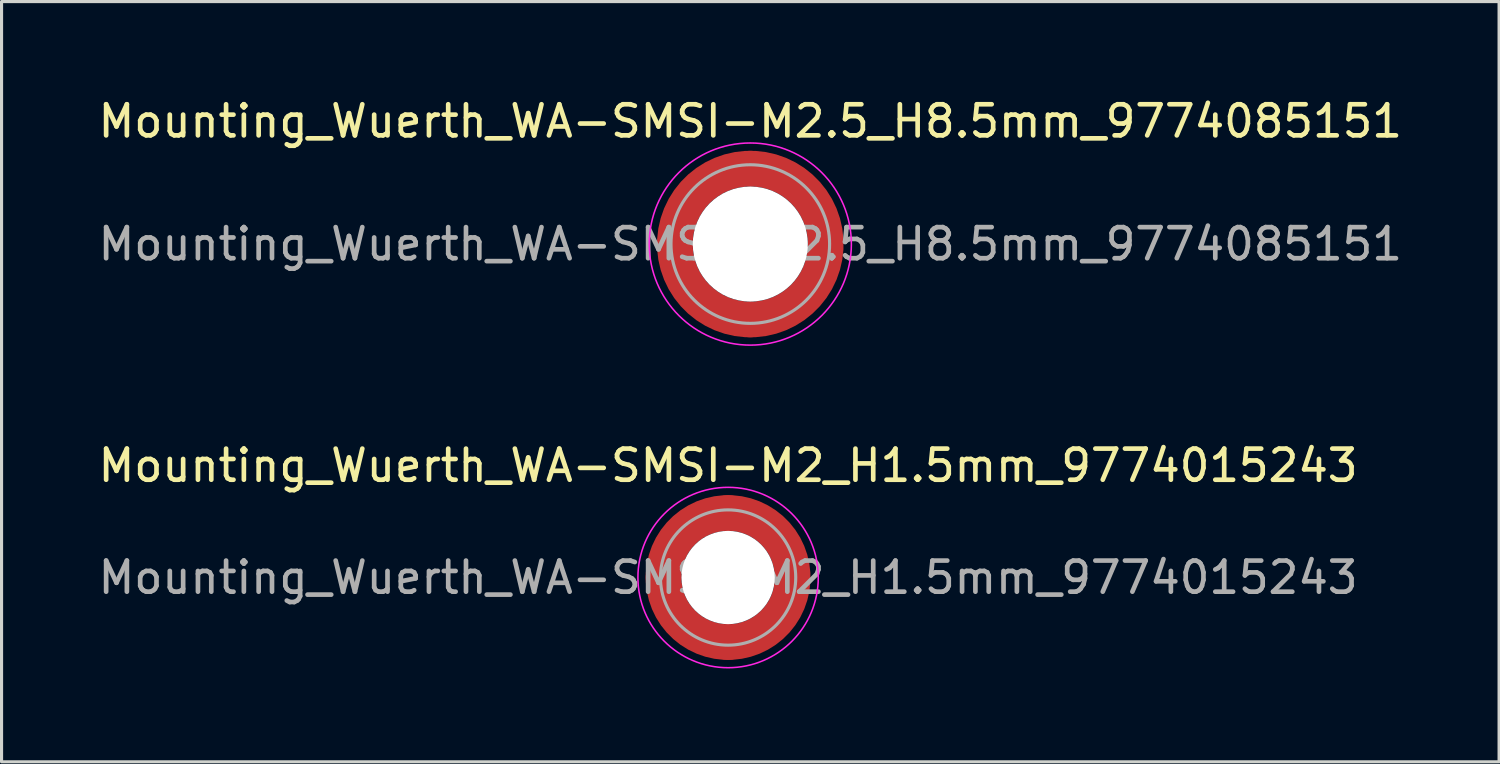
<source format=kicad_pcb>
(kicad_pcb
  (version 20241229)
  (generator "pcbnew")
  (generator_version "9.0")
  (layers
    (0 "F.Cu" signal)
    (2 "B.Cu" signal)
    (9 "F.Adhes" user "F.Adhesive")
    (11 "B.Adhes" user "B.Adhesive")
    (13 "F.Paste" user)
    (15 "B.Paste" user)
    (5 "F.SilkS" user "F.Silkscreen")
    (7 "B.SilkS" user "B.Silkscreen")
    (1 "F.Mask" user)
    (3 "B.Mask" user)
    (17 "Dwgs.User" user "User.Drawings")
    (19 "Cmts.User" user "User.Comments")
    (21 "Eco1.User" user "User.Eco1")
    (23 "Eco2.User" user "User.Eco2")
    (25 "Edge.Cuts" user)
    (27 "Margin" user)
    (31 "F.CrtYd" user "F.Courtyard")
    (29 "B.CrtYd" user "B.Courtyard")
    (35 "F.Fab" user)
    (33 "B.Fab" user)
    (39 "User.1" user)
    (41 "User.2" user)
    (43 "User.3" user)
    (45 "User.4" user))
  (footprint "Mounting_Wuerth_WA-SMSI-M2_H1.5mm_9774015243"
    (layer "F.Cu")
    (at 20.363 15.521)
    (property "Reference" "Mounting_Wuerth_WA-SMSI-M2_H1.5mm_9774015243" (at 0 -3.6 0) (layer "F.SilkS") (effects (font (size 1 1) (thickness 0.15))))
    (attr smd)
    (fp_circle (center 0 0) (end 2.9 0) (stroke (width 0.05) (type solid)) (fill no) (layer "F.CrtYd"))
    (fp_circle (center 0 0) (end 2.175 0) (stroke (width 0.1) (type solid)) (fill no) (layer "F.Fab"))
    (fp_text user "${REFERENCE}" (at 0 0 0) (layer "F.Fab") (effects (font (size 1 1) (thickness 0.15))))
    (pad "" smd custom (at -1.453 -1.453) (size 1.01 1.01) (layers "F.Paste") (options (anchor circle)) (primitives (gr_arc (start -0.147677 1.053104) (mid 0.286378 0.286378) (end 1.053104 -0.147677) (width 0.2)) (gr_arc (start -0.240295 1.053104) (mid 0.222738 0.222738) (end 1.053104 -0.240295) (width 0.2)) (gr_arc (start -0.332645 1.053104) (mid 0.159099 0.159099) (end 1.053104 -0.332645) (width 0.2)) (gr_arc (start -0.424767 1.053104) (mid 0.095459 0.095459) (end 1.053104 -0.424767) (width 0.2)) (gr_arc (start -0.516693 1.053104) (mid 0.031819 0.031819) (end 1.053104 -0.516693) (width 0.2)) (gr_arc (start -0.608448 1.053104) (mid -0.03182 -0.03182) (end 1.053104 -0.608448) (width 0.2)) (gr_arc (start -0.700056 1.053104) (mid -0.09546 -0.09546) (end 1.053104 -0.700056) (width 0.2)) (gr_arc (start -0.791534 1.053104) (mid -0.159099 -0.159099) (end 1.053104 -0.791534) (width 0.2)) (gr_arc (start -0.882896 1.053104) (mid -0.222738 -0.222738) (end 1.053104 -0.882896) (width 0.2)) (gr_arc (start -0.974157 1.053104) (mid -0.286378 -0.286378) (end 1.053104 -0.974157) (width 0.2)) (gr_line (start 1.053 -0.148) (end 1.053 -0.974) (width 0.2)) (gr_line (start -0.148 1.053) (end -0.974 1.053) (width 0.2))))
    (pad "" smd custom (at -1.453 1.453) (size 1.01 1.01) (layers "F.Paste") (options (anchor circle)) (primitives (gr_arc (start 1.053104 0.147677) (mid 0.286378 -0.286378) (end -0.147677 -1.053104) (width 0.2)) (gr_arc (start 1.053104 0.240295) (mid 0.222738 -0.222738) (end -0.240295 -1.053104) (width 0.2)) (gr_arc (start 1.053104 0.332645) (mid 0.159099 -0.159099) (end -0.332645 -1.053104) (width 0.2)) (gr_arc (start 1.053104 0.424767) (mid 0.095459 -0.095459) (end -0.424767 -1.053104) (width 0.2)) (gr_arc (start 1.053104 0.516693) (mid 0.031819 -0.031819) (end -0.516693 -1.053104) (width 0.2)) (gr_arc (start 1.053104 0.608448) (mid -0.03182 0.03182) (end -0.608448 -1.053104) (width 0.2)) (gr_arc (start 1.053104 0.700056) (mid -0.09546 0.09546) (end -0.700056 -1.053104) (width 0.2)) (gr_arc (start 1.053104 0.791534) (mid -0.159099 0.159099) (end -0.791534 -1.053104) (width 0.2)) (gr_arc (start 1.053104 0.882896) (mid -0.222738 0.222738) (end -0.882896 -1.053104) (width 0.2)) (gr_arc (start 1.053104 0.974157) (mid -0.286378 0.286378) (end -0.974157 -1.053104) (width 0.2)) (gr_line (start -0.148 -1.053) (end -0.974 -1.053) (width 0.2)) (gr_line (start 1.053 0.148) (end 1.053 0.974) (width 0.2))))
    (pad "" np_thru_hole circle (at 0 0) (size 3 3) (drill 3) (layers "*.Cu" "*.Mask"))
    (pad "" smd custom (at 1.453 -1.453) (size 1.01 1.01) (layers "F.Paste") (options (anchor circle)) (primitives (gr_arc (start -1.053104 -0.147677) (mid -0.286378 0.286378) (end 0.147677 1.053104) (width 0.2)) (gr_arc (start -1.053104 -0.240295) (mid -0.222738 0.222738) (end 0.240295 1.053104) (width 0.2)) (gr_arc (start -1.053104 -0.332645) (mid -0.159099 0.159099) (end 0.332645 1.053104) (width 0.2)) (gr_arc (start -1.053104 -0.424767) (mid -0.095459 0.095459) (end 0.424767 1.053104) (width 0.2)) (gr_arc (start -1.053104 -0.516693) (mid -0.031819 0.031819) (end 0.516693 1.053104) (width 0.2)) (gr_arc (start -1.053104 -0.608448) (mid 0.03182 -0.03182) (end 0.608448 1.053104) (width 0.2)) (gr_arc (start -1.053104 -0.700056) (mid 0.09546 -0.09546) (end 0.700056 1.053104) (width 0.2)) (gr_arc (start -1.053104 -0.791534) (mid 0.159099 -0.159099) (end 0.791534 1.053104) (width 0.2)) (gr_arc (start -1.053104 -0.882896) (mid 0.222738 -0.222738) (end 0.882896 1.053104) (width 0.2)) (gr_arc (start -1.053104 -0.974157) (mid 0.286378 -0.286378) (end 0.974157 1.053104) (width 0.2)) (gr_line (start 0.148 1.053) (end 0.974 1.053) (width 0.2)) (gr_line (start -1.053 -0.148) (end -1.053 -0.974) (width 0.2))))
    (pad "" smd custom (at 1.453 1.453) (size 1.01 1.01) (layers "F.Paste") (options (anchor circle)) (primitives (gr_arc (start 0.147677 -1.053104) (mid -0.286378 -0.286378) (end -1.053104 0.147677) (width 0.2)) (gr_arc (start 0.240295 -1.053104) (mid -0.222738 -0.222738) (end -1.053104 0.240295) (width 0.2)) (gr_arc (start 0.332645 -1.053104) (mid -0.159099 -0.159099) (end -1.053104 0.332645) (width 0.2)) (gr_arc (start 0.424767 -1.053104) (mid -0.095459 -0.095459) (end -1.053104 0.424767) (width 0.2)) (gr_arc (start 0.516693 -1.053104) (mid -0.031819 -0.031819) (end -1.053104 0.516693) (width 0.2)) (gr_arc (start 0.608448 -1.053104) (mid 0.03182 0.03182) (end -1.053104 0.608448) (width 0.2)) (gr_arc (start 0.700056 -1.053104) (mid 0.09546 0.09546) (end -1.053104 0.700056) (width 0.2)) (gr_arc (start 0.791534 -1.053104) (mid 0.159099 0.159099) (end -1.053104 0.791534) (width 0.2)) (gr_arc (start 0.882896 -1.053104) (mid 0.222738 0.222738) (end -1.053104 0.882896) (width 0.2)) (gr_arc (start 0.974157 -1.053104) (mid 0.286378 0.286378) (end -1.053104 0.974157) (width 0.2)) (gr_line (start -1.053 0.148) (end -1.053 0.974) (width 0.2)) (gr_line (start 0.148 -1.053) (end 0.974 -1.053) (width 0.2))))
    (pad "1" smd circle (at -2.075 0) (size 1.15 1.15) (layers "F.Cu"))
    (pad "1" smd circle (at 0 -2.075) (size 1.15 1.15) (layers "F.Cu"))
    (pad "1" smd circle (at 0 2.075) (size 1.15 1.15) (layers "F.Cu"))
    (pad "1" smd custom (at 2.075 0) (size 1.15 1.15) (layers "F.Cu" "F.Mask") (options (anchor circle)) (primitives (gr_circle (center -2.075 0) (end 0 0) (width 1.15) (fill no)))))
  (footprint "Mounting_Wuerth_WA-SMSI-M2.5_H8.5mm_9774085151"
    (layer "F.Cu")
    (at 21.077 4.798)
    (property "Reference" "Mounting_Wuerth_WA-SMSI-M2.5_H8.5mm_9774085151" (at 0 -3.95 0) (layer "F.SilkS") (effects (font (size 1 1) (thickness 0.15))))
    (attr smd)
    (fp_circle (center 0 0) (end 3.25 0) (stroke (width 0.05) (type solid)) (fill no) (layer "F.CrtYd"))
    (fp_circle (center 0 0) (end 2.55 0) (stroke (width 0.1) (type solid)) (fill no) (layer "F.Fab"))
    (fp_text user "${REFERENCE}" (at 0 0 0) (layer "F.Fab") (effects (font (size 1 1) (thickness 0.15))))
    (pad "" smd custom (at -1.704 -1.704) (size 0.51 0.51) (layers "F.Paste") (options (anchor circle)) (primitives (gr_arc (start -0.250195 1.279127) (mid 0.289914 0.289914) (end 1.279127 -0.250195) (width 0.2)) (gr_arc (start -0.34334 1.279127) (mid 0.225488 0.225488) (end 1.279127 -0.34334) (width 0.2)) (gr_arc (start -0.436309 1.279127) (mid 0.161063 0.161063) (end 1.279127 -0.436309) (width 0.2)) (gr_arc (start -0.529126 1.279127) (mid 0.096638 0.096638) (end 1.279127 -0.529126) (width 0.2)) (gr_arc (start -0.621807 1.279127) (mid 0.032213 0.032213) (end 1.279127 -0.621807) (width 0.2)) (gr_arc (start -0.71437 1.279127) (mid -0.032213 -0.032213) (end 1.279127 -0.71437) (width 0.2)) (gr_arc (start -0.806826 1.279127) (mid -0.096638 -0.096638) (end 1.279127 -0.806826) (width 0.2)) (gr_arc (start -0.899187 1.279127) (mid -0.161063 -0.161063) (end 1.279127 -0.899187) (width 0.2)) (gr_arc (start -0.991463 1.279127) (mid -0.225488 -0.225488) (end 1.279127 -0.991463) (width 0.2)) (gr_arc (start -1.083663 1.279127) (mid -0.289914 -0.289914) (end 1.279127 -1.083663) (width 0.2)) (gr_line (start 1.279 -0.25) (end 1.279 -1.084) (width 0.2)) (gr_line (start -0.25 1.279) (end -1.084 1.279) (width 0.2))))
    (pad "" smd custom (at -1.704 1.704) (size 0.51 0.51) (layers "F.Paste") (options (anchor circle)) (primitives (gr_arc (start 1.279127 0.250195) (mid 0.289914 -0.289914) (end -0.250195 -1.279127) (width 0.2)) (gr_arc (start 1.279127 0.34334) (mid 0.225488 -0.225488) (end -0.34334 -1.279127) (width 0.2)) (gr_arc (start 1.279127 0.436309) (mid 0.161063 -0.161063) (end -0.436309 -1.279127) (width 0.2)) (gr_arc (start 1.279127 0.529126) (mid 0.096638 -0.096638) (end -0.529126 -1.279127) (width 0.2)) (gr_arc (start 1.279127 0.621807) (mid 0.032213 -0.032213) (end -0.621807 -1.279127) (width 0.2)) (gr_arc (start 1.279127 0.71437) (mid -0.032213 0.032213) (end -0.71437 -1.279127) (width 0.2)) (gr_arc (start 1.279127 0.806826) (mid -0.096638 0.096638) (end -0.806826 -1.279127) (width 0.2)) (gr_arc (start 1.279127 0.899187) (mid -0.161063 0.161063) (end -0.899187 -1.279127) (width 0.2)) (gr_arc (start 1.279127 0.991463) (mid -0.225488 0.225488) (end -0.991463 -1.279127) (width 0.2)) (gr_arc (start 1.279127 1.083663) (mid -0.289914 0.289914) (end -1.083663 -1.279127) (width 0.2)) (gr_line (start -0.25 -1.279) (end -1.084 -1.279) (width 0.2)) (gr_line (start 1.279 0.25) (end 1.279 1.084) (width 0.2))))
    (pad "" np_thru_hole circle (at 0 0) (size 3.7 3.7) (drill 3.7) (layers "*.Cu" "*.Mask"))
    (pad "" smd custom (at 1.704 -1.704) (size 0.51 0.51) (layers "F.Paste") (options (anchor circle)) (primitives (gr_arc (start -1.279127 -0.250195) (mid -0.289914 0.289914) (end 0.250195 1.279127) (width 0.2)) (gr_arc (start -1.279127 -0.34334) (mid -0.225488 0.225488) (end 0.34334 1.279127) (width 0.2)) (gr_arc (start -1.279127 -0.436309) (mid -0.161063 0.161063) (end 0.436309 1.279127) (width 0.2)) (gr_arc (start -1.279127 -0.529126) (mid -0.096638 0.096638) (end 0.529126 1.279127) (width 0.2)) (gr_arc (start -1.279127 -0.621807) (mid -0.032213 0.032213) (end 0.621807 1.279127) (width 0.2)) (gr_arc (start -1.279127 -0.71437) (mid 0.032213 -0.032213) (end 0.71437 1.279127) (width 0.2)) (gr_arc (start -1.279127 -0.806826) (mid 0.096638 -0.096638) (end 0.806826 1.279127) (width 0.2)) (gr_arc (start -1.279127 -0.899187) (mid 0.161063 -0.161063) (end 0.899187 1.279127) (width 0.2)) (gr_arc (start -1.279127 -0.991463) (mid 0.225488 -0.225488) (end 0.991463 1.279127) (width 0.2)) (gr_arc (start -1.279127 -1.083663) (mid 0.289914 -0.289914) (end 1.083663 1.279127) (width 0.2)) (gr_line (start 0.25 1.279) (end 1.084 1.279) (width 0.2)) (gr_line (start -1.279 -0.25) (end -1.279 -1.084) (width 0.2))))
    (pad "" smd custom (at 1.704 1.704) (size 0.51 0.51) (layers "F.Paste") (options (anchor circle)) (primitives (gr_arc (start 0.250195 -1.279127) (mid -0.289914 -0.289914) (end -1.279127 0.250195) (width 0.2)) (gr_arc (start 0.34334 -1.279127) (mid -0.225488 -0.225488) (end -1.279127 0.34334) (width 0.2)) (gr_arc (start 0.436309 -1.279127) (mid -0.161063 -0.161063) (end -1.279127 0.436309) (width 0.2)) (gr_arc (start 0.529126 -1.279127) (mid -0.096638 -0.096638) (end -1.279127 0.529126) (width 0.2)) (gr_arc (start 0.621807 -1.279127) (mid -0.032213 -0.032213) (end -1.279127 0.621807) (width 0.2)) (gr_arc (start 0.71437 -1.279127) (mid 0.032213 0.032213) (end -1.279127 0.71437) (width 0.2)) (gr_arc (start 0.806826 -1.279127) (mid 0.096638 0.096638) (end -1.279127 0.806826) (width 0.2)) (gr_arc (start 0.899187 -1.279127) (mid 0.161063 0.161063) (end -1.279127 0.899187) (width 0.2)) (gr_arc (start 0.991463 -1.279127) (mid 0.225488 0.225488) (end -1.279127 0.991463) (width 0.2)) (gr_arc (start 1.083663 -1.279127) (mid 0.289914 0.289914) (end -1.279127 1.083663) (width 0.2)) (gr_line (start -1.279 0.25) (end -1.279 1.084) (width 0.2)) (gr_line (start 0.25 -1.279) (end 1.084 -1.279) (width 0.2))))
    (pad "1" smd circle (at -2.425 0) (size 1.15 1.15) (layers "F.Cu"))
    (pad "1" smd circle (at 0 -2.425) (size 1.15 1.15) (layers "F.Cu"))
    (pad "1" smd circle (at 0 2.425) (size 1.15 1.15) (layers "F.Cu"))
    (pad "1" smd custom (at 2.425 0) (size 1.15 1.15) (layers "F.Cu" "F.Mask") (options (anchor circle)) (primitives (gr_circle (center -2.425 0) (end 0 0) (width 1.15) (fill no)))))
  (gr_rect
    (start -3 -3)
    (end 45.155 21.447)
    (stroke (width 0.1) (type default))
    (fill no)
    (layer "Edge.Cuts")))
</source>
